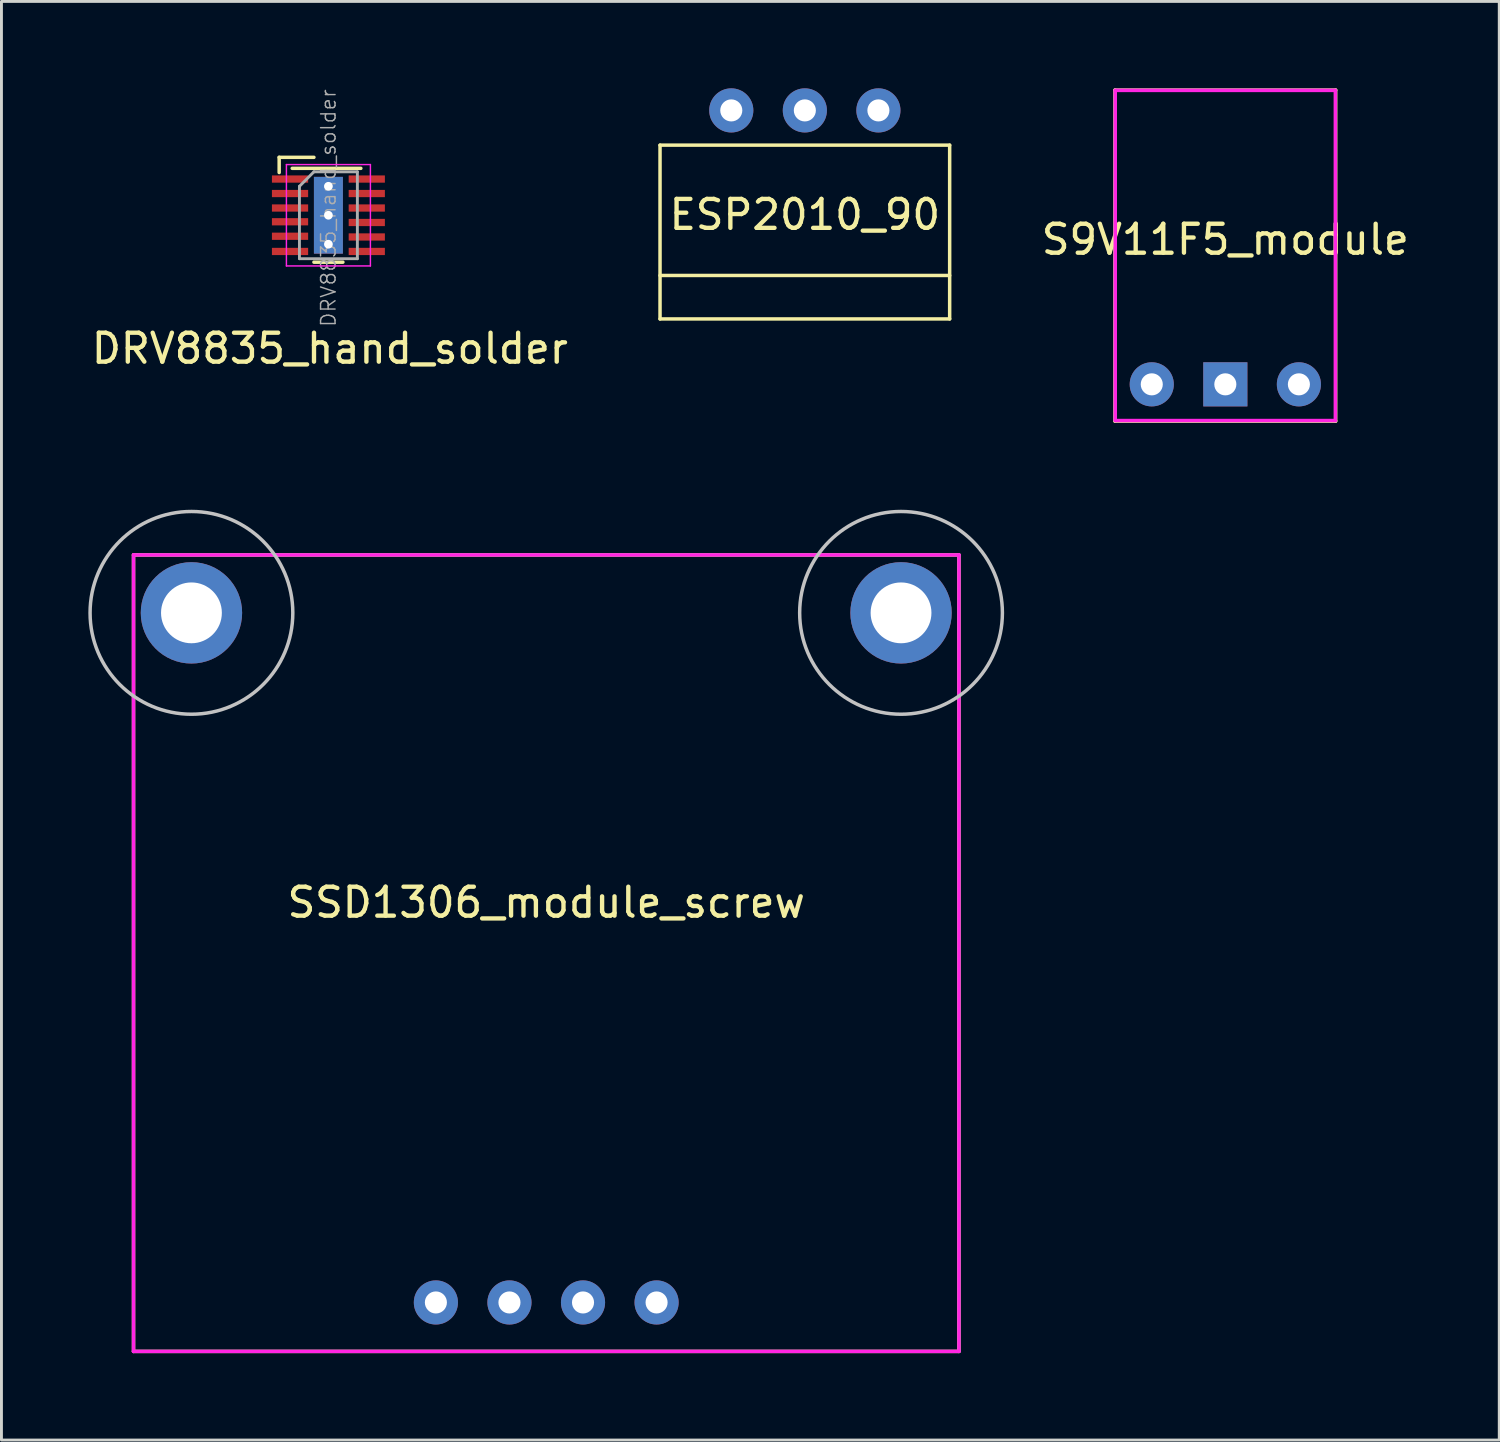
<source format=kicad_pcb>
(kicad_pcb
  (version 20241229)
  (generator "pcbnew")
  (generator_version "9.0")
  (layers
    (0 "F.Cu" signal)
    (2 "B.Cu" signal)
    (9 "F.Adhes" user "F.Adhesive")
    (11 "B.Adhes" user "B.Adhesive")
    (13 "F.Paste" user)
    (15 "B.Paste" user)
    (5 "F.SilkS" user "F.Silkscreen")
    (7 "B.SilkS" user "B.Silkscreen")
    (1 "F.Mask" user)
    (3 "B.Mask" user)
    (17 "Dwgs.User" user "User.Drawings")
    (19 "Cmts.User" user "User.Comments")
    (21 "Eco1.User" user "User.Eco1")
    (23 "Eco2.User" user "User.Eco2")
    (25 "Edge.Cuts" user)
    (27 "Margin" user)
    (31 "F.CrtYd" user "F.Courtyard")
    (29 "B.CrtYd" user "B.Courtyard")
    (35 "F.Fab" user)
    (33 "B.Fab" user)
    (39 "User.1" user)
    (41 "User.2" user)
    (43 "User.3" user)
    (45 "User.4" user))
  (footprint "SSD1306_module_screw"
    (layer "F.Cu")
    (at 15.81 42.11)
    (property "Reference" "SSD1306_module_screw" (at 0 -14 0) (layer "F.SilkS") (effects (font (size 1 1) (thickness 0.15))))
    (attr through_hole)
    (fp_line (start -14.25 -26) (end -14.25 1.5) (stroke (width 0.12) (type solid)) (layer "F.SilkS"))
    (fp_line (start -14.25 1.5) (end 14.25 1.5) (stroke (width 0.12) (type solid)) (layer "F.SilkS"))
    (fp_line (start 14.25 -26) (end -14.25 -26) (stroke (width 0.12) (type solid)) (layer "F.SilkS"))
    (fp_line (start 14.25 1.5) (end 14.25 -26) (stroke (width 0.12) (type solid)) (layer "F.SilkS"))
    (fp_circle (center -12.25 -24) (end -8.75 -24) (stroke (width 0.12) (type solid)) (fill no) (layer "Dwgs.User"))
    (fp_circle (center 12.25 -24) (end 15.75 -24) (stroke (width 0.12) (type solid)) (fill no) (layer "Dwgs.User"))
    (fp_line (start -14.25 -26) (end 14.25 -26) (stroke (width 0.12) (type solid)) (layer "F.CrtYd"))
    (fp_line (start -14.25 1.5) (end -14.25 -26) (stroke (width 0.12) (type solid)) (layer "F.CrtYd"))
    (fp_line (start 14.25 -26) (end 14.25 1.5) (stroke (width 0.12) (type solid)) (layer "F.CrtYd"))
    (fp_line (start 14.25 1.5) (end -14.25 1.5) (stroke (width 0.12) (type solid)) (layer "F.CrtYd"))
    (pad "" np_thru_hole circle (at -12.25 -24) (size 3.5 3.5) (drill 2.1) (layers "*.Cu" "*.Mask"))
    (pad "" np_thru_hole circle (at 12.25 -24) (size 3.5 3.5) (drill 2.1) (layers "*.Cu" "*.Mask"))
    (pad "1" thru_hole circle (at 3.81 -0.19) (size 1.524 1.524) (drill 0.762) (layers "*.Cu" "*.Mask"))
    (pad "2" thru_hole circle (at 1.27 -0.19) (size 1.524 1.524) (drill 0.762) (layers "*.Cu" "*.Mask"))
    (pad "3" thru_hole circle (at -1.27 -0.19) (size 1.524 1.524) (drill 0.762) (layers "*.Cu" "*.Mask"))
    (pad "4" thru_hole circle (at -3.81 -0.19) (size 1.524 1.524) (drill 0.762) (layers "*.Cu" "*.Mask")))
  (footprint "S9V11F5_module"
    (layer "F.Cu")
    (at 39.257 10.22)
    (property "Reference" "S9V11F5_module" (at 0 -5 0) (layer "F.SilkS") (effects (font (size 1 1) (thickness 0.15))))
    (attr through_hole)
    (fp_line (start -3.81 -10.16) (end 3.81 -10.16) (stroke (width 0.12) (type solid)) (layer "F.SilkS"))
    (fp_line (start -3.81 1.27) (end -3.81 -10.16) (stroke (width 0.12) (type solid)) (layer "F.SilkS"))
    (fp_line (start 3.81 -10.16) (end 3.81 1.27) (stroke (width 0.12) (type solid)) (layer "F.SilkS"))
    (fp_line (start 3.81 1.27) (end -3.81 1.27) (stroke (width 0.12) (type solid)) (layer "F.SilkS"))
    (fp_line (start -3.8 -10.15) (end 3.8 -10.15) (stroke (width 0.12) (type solid)) (layer "F.CrtYd"))
    (fp_line (start -3.8 1.25) (end -3.8 -10.15) (stroke (width 0.12) (type solid)) (layer "F.CrtYd"))
    (fp_line (start 3.8 -10.15) (end 3.8 1.25) (stroke (width 0.12) (type solid)) (layer "F.CrtYd"))
    (fp_line (start 3.8 1.25) (end -3.8 1.25) (stroke (width 0.12) (type solid)) (layer "F.CrtYd"))
    (pad "1" thru_hole circle (at -2.54 0) (size 1.524 1.524) (drill 0.762) (layers "*.Cu" "*.Mask"))
    (pad "2" thru_hole rect (at 0 0) (size 1.524 1.524) (drill 0.762) (layers "*.Cu" "*.Mask"))
    (pad "3" thru_hole circle (at 2.54 0) (size 1.524 1.524) (drill 0.762) (layers "*.Cu" "*.Mask")))
  (footprint "ESP2010_90"
    (layer "F.Cu")
    (at 24.739 0.762)
    (property "Reference" "ESP2010_90" (at 0 3.6 0) (layer "F.SilkS") (effects (font (size 1 1) (thickness 0.15))))
    (attr through_hole)
    (fp_line (start -5 1.2) (end -5 7.2) (stroke (width 0.12) (type solid)) (layer "F.SilkS"))
    (fp_line (start -5 1.2) (end 5 1.2) (stroke (width 0.12) (type solid)) (layer "F.SilkS"))
    (fp_line (start -5 5.7) (end 5 5.7) (stroke (width 0.12) (type solid)) (layer "F.SilkS"))
    (fp_line (start -5 7.2) (end 5 7.2) (stroke (width 0.12) (type solid)) (layer "F.SilkS"))
    (fp_line (start 5 7.2) (end 5 1.2) (stroke (width 0.12) (type solid)) (layer "F.SilkS"))
    (pad "1" thru_hole circle (at -2.54 0) (size 1.524 1.524) (drill 0.762) (layers "*.Cu" "*.Mask"))
    (pad "2" thru_hole circle (at 0 0) (size 1.524 1.524) (drill 0.762) (layers "*.Cu" "*.Mask"))
    (pad "3" thru_hole circle (at 2.54 0) (size 1.524 1.524) (drill 0.762) (layers "*.Cu" "*.Mask")))
  (footprint "DRV8835_hand_solder"
    (layer "F.Cu")
    (at 8.339 4.482)
    (property "Reference" "DRV8835_hand_solder" (at 0 4.5 0) (layer "F.SilkS") (effects (font (size 1 1) (thickness 0.15))))
    (attr through_hole)
    (fp_line (start -1.75 -2.1) (end -0.55 -2.1) (stroke (width 0.12) (type solid)) (layer "F.SilkS"))
    (fp_line (start -1.75 -1.575) (end -1.75 -2.1) (stroke (width 0.12) (type solid)) (layer "F.SilkS"))
    (fp_line (start -1.3 -1.72) (end 1.07 -1.72) (stroke (width 0.12) (type solid)) (layer "F.SilkS"))
    (fp_line (start 0.45 1.52) (end -0.55 1.52) (stroke (width 0.12) (type solid)) (layer "F.SilkS"))
    (fp_line (start -1.5 -1.85) (end 1.4 -1.85) (stroke (width 0.05) (type solid)) (layer "F.CrtYd"))
    (fp_line (start -1.5 1.65) (end -1.5 -1.85) (stroke (width 0.05) (type solid)) (layer "F.CrtYd"))
    (fp_line (start 1.4 -1.85) (end 1.4 1.65) (stroke (width 0.05) (type solid)) (layer "F.CrtYd"))
    (fp_line (start 1.4 1.65) (end -1.5 1.65) (stroke (width 0.05) (type solid)) (layer "F.CrtYd"))
    (fp_line (start -1.05 -1.1) (end -0.55 -1.6) (stroke (width 0.1) (type solid)) (layer "F.Fab"))
    (fp_line (start -1.05 1.4) (end -1.05 -1.1) (stroke (width 0.1) (type solid)) (layer "F.Fab"))
    (fp_line (start -0.55 -1.6) (end 0.95 -1.6) (stroke (width 0.1) (type solid)) (layer "F.Fab"))
    (fp_line (start 0.95 -1.6) (end 0.95 1.4) (stroke (width 0.1) (type solid)) (layer "F.Fab"))
    (fp_line (start 0.95 1.4) (end -1.05 1.4) (stroke (width 0.1) (type solid)) (layer "F.Fab"))
    (fp_text user "${REFERENCE}" (at -0.05 -0.35 90) (layer "F.Fab") (effects (font (size 0.5 0.5) (thickness 0.05))))
    (pad "" smd rect (at -0.05 -0.6) (size 0.95 0.8) (layers "F.Paste"))
    (pad "" smd rect (at -0.05 0.4) (size 0.95 0.8) (layers "F.Paste"))
    (pad "1" smd rect (at -1.375 -1.35) (size 1.25 0.25) (layers "F.Cu" "F.Mask" "F.Paste"))
    (pad "2" smd rect (at -1.375 -0.85) (size 1.25 0.25) (layers "F.Cu" "F.Mask" "F.Paste"))
    (pad "3" smd rect (at -1.375 -0.35) (size 1.25 0.25) (layers "F.Cu" "F.Mask" "F.Paste"))
    (pad "4" smd rect (at -1.375 0.125) (size 1.25 0.25) (layers "F.Cu" "F.Mask" "F.Paste"))
    (pad "5" smd rect (at -1.375 0.625) (size 1.25 0.25) (layers "F.Cu" "F.Mask" "F.Paste"))
    (pad "6" smd rect (at -1.375 1.15) (size 1.25 0.25) (layers "F.Cu" "F.Mask" "F.Paste"))
    (pad "7" smd rect (at 1.275 1.15) (size 1.25 0.25) (layers "F.Cu" "F.Mask" "F.Paste"))
    (pad "8" smd rect (at 1.275 0.65) (size 1.25 0.25) (layers "F.Cu" "F.Mask" "F.Paste"))
    (pad "9" smd rect (at 1.275 0.15) (size 1.25 0.25) (layers "F.Cu" "F.Mask" "F.Paste"))
    (pad "10" smd rect (at 1.275 -0.35) (size 1.25 0.25) (layers "F.Cu" "F.Mask" "F.Paste"))
    (pad "11" smd rect (at 1.275 -0.85) (size 1.25 0.25) (layers "F.Cu" "F.Mask" "F.Paste"))
    (pad "12" smd rect (at 1.275 -1.35) (size 1.25 0.25) (layers "F.Cu" "F.Mask" "F.Paste"))
    (pad "13" thru_hole circle (at -0.05 -1.1 90) (size 0.6 0.6) (drill 0.3) (layers "*.Cu"))
    (pad "13" thru_hole circle (at -0.05 -0.1) (size 0.6 0.6) (drill 0.3) (layers "*.Cu"))
    (pad "13" smd rect (at -0.05 -0.1) (size 1 2.65) (layers "F.Cu" "F.Mask"))
    (pad "13" smd rect (at -0.05 -0.1) (size 1 2.65) (layers "B.Cu"))
    (pad "13" thru_hole circle (at -0.05 0.9) (size 0.6 0.6) (drill 0.3) (layers "*.Cu")))
  (gr_rect
    (start -3 -3)
    (end 48.715 46.67)
    (stroke (width 0.1) (type default))
    (fill no)
    (layer "Edge.Cuts")))
</source>
